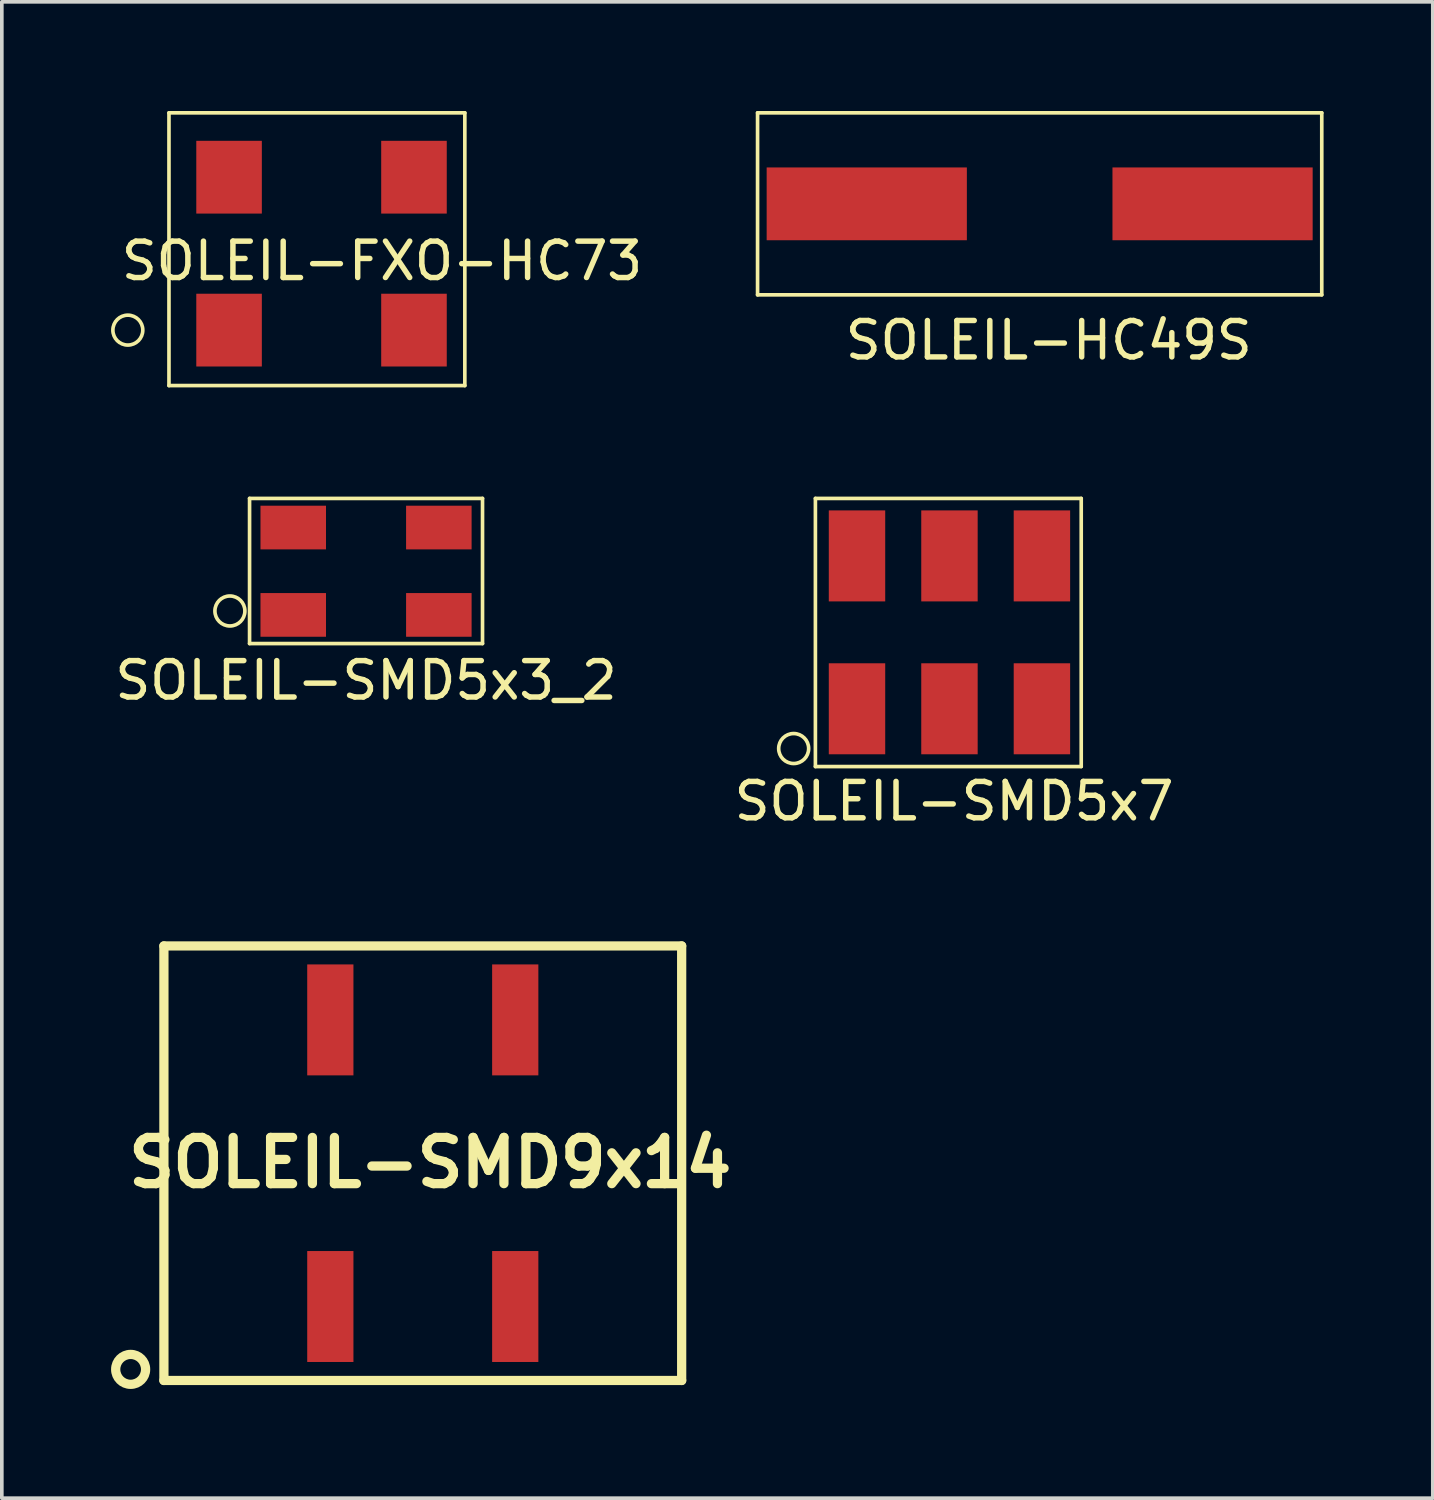
<source format=kicad_pcb>
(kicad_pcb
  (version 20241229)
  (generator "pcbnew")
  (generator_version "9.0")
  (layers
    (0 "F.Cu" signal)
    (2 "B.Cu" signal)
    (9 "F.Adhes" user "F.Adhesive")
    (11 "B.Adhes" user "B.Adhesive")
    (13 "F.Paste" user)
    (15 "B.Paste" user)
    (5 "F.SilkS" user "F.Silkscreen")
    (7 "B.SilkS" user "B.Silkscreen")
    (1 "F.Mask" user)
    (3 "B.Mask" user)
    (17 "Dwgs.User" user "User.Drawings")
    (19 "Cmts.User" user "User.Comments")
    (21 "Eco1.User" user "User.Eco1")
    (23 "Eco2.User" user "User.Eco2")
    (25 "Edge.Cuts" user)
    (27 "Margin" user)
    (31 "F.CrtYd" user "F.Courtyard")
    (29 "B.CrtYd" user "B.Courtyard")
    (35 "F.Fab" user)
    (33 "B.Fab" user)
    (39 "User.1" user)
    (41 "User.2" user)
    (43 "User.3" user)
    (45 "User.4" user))
  (footprint "SOLEIL-SMD5x7"
    (layer "F.Cu")
    (at 20.494 16.422)
    (property "Reference" "SOLEIL-SMD5x7" (at 2.667 2.54 0) (layer "F.SilkS") (effects (font (size 1 1) (thickness 0.15))))
    (attr through_hole)
    (fp_line (start -1.143 -5.779) (end 6.16 -5.779) (stroke (width 0.1) (type solid)) (layer "F.SilkS"))
    (fp_line (start -1.143 1.587) (end -1.143 -5.779) (stroke (width 0.1) (type solid)) (layer "F.SilkS"))
    (fp_line (start -1.143 1.587) (end 6.16 1.587) (stroke (width 0.1) (type solid)) (layer "F.SilkS"))
    (fp_line (start 6.16 1.587) (end 6.16 -5.779) (stroke (width 0.1) (type solid)) (layer "F.SilkS"))
    (fp_circle (center -1.74 1.092) (end -1.341 1.194) (stroke (width 0.1) (type solid)) (fill no) (layer "F.SilkS"))
    (pad "1" smd rect (at 0 0) (size 1.55 2.5) (layers "F.Cu" "F.Mask" "F.Paste"))
    (pad "2" smd rect (at 2.54 0) (size 1.55 2.5) (layers "F.Cu" "F.Mask" "F.Paste"))
    (pad "3" smd rect (at 5.08 0) (size 1.55 2.5) (layers "F.Cu" "F.Mask" "F.Paste"))
    (pad "4" smd rect (at 5.08 -4.2) (size 1.55 2.5) (layers "F.Cu" "F.Mask" "F.Paste"))
    (pad "5" smd rect (at 2.54 -4.2) (size 1.55 2.5) (layers "F.Cu" "F.Mask" "F.Paste"))
    (pad "6" smd rect (at 0 -4.2) (size 1.55 2.5) (layers "F.Cu" "F.Mask" "F.Paste")))
  (footprint "SOLEIL-SMD9x14"
    (layer "F.Cu")
    (at 6.025 32.843)
    (property "Reference" "SOLEIL-SMD9x14" (at 2.743 -3.95 0) (layer "F.SilkS") (effects (font (size 1.27 1.27) (thickness 0.254))))
    (attr through_hole)
    (fp_line (start -4.572 -9.906) (end 9.652 -9.906) (stroke (width 0.254) (type solid)) (layer "F.SilkS"))
    (fp_line (start -4.572 2.032) (end -4.572 -9.906) (stroke (width 0.254) (type solid)) (layer "F.SilkS"))
    (fp_line (start -4.572 2.032) (end 9.652 2.032) (stroke (width 0.254) (type solid)) (layer "F.SilkS"))
    (fp_line (start 9.652 -9.906) (end 9.652 2.032) (stroke (width 0.254) (type solid)) (layer "F.SilkS"))
    (fp_circle (center -5.486 1.727) (end -5.088 1.829) (stroke (width 0.254) (type solid)) (fill no) (layer "F.SilkS"))
    (pad "1" smd rect (at 0 0) (size 1.27 3.048) (layers "F.Cu" "F.Mask" "F.Paste"))
    (pad "2" smd rect (at 5.08 0) (size 1.27 3.048) (layers "F.Cu" "F.Mask" "F.Paste"))
    (pad "3" smd rect (at 5.08 -7.874) (size 1.27 3.048) (layers "F.Cu" "F.Mask" "F.Paste"))
    (pad "4" smd rect (at 0 -7.874) (size 1.27 3.048) (layers "F.Cu" "F.Mask" "F.Paste")))
  (footprint "SOLEIL-HC49S"
    (layer "F.Cu")
    (at 20.762 2.55)
    (property "Reference" "SOLEIL-HC49S" (at 5 3.75 0) (layer "F.SilkS") (effects (font (size 1 1) (thickness 0.15))))
    (attr through_hole)
    (fp_line (start -3 -2.5) (end 12.5 -2.5) (stroke (width 0.1) (type solid)) (layer "F.SilkS"))
    (fp_line (start -3 2.5) (end -3 -2.5) (stroke (width 0.1) (type solid)) (layer "F.SilkS"))
    (fp_line (start -3 2.5) (end 12.5 2.5) (stroke (width 0.1) (type solid)) (layer "F.SilkS"))
    (fp_line (start 12.5 2.5) (end 12.5 -2.5) (stroke (width 0.1) (type solid)) (layer "F.SilkS"))
    (pad "1" smd rect (at 0 0) (size 5.5 2) (layers "F.Cu" "F.Mask" "F.Paste"))
    (pad "2" smd rect (at 9.5 0) (size 5.5 2) (layers "F.Cu" "F.Mask" "F.Paste")))
  (footprint "SOLEIL-SMD5x3_2"
    (layer "F.Cu")
    (at 5.006 13.843)
    (property "Reference" "SOLEIL-SMD5x3_2" (at 2 1.8 0) (layer "F.SilkS") (effects (font (size 1 1) (thickness 0.15))))
    (attr through_hole)
    (fp_line (start -1.2 -3.2) (end 5.2 -3.2) (stroke (width 0.1) (type solid)) (layer "F.SilkS"))
    (fp_line (start -1.2 0.787) (end -1.2 -3.2) (stroke (width 0.1) (type solid)) (layer "F.SilkS"))
    (fp_line (start -1.2 0.787) (end 5.2 0.787) (stroke (width 0.1) (type solid)) (layer "F.SilkS"))
    (fp_line (start 5.2 0.787) (end 5.2 -3.2) (stroke (width 0.1) (type solid)) (layer "F.SilkS"))
    (fp_circle (center -1.74 -0.108) (end -1.341 -0.006) (stroke (width 0.1) (type solid)) (fill no) (layer "F.SilkS"))
    (pad "1" smd rect (at 0 0) (size 1.8 1.2) (layers "F.Cu" "F.Mask" "F.Paste"))
    (pad "2" smd rect (at 4 0) (size 1.8 1.2) (layers "F.Cu" "F.Mask" "F.Paste"))
    (pad "3" smd rect (at 4 -2.4) (size 1.8 1.2) (layers "F.Cu" "F.Mask" "F.Paste"))
    (pad "4" smd rect (at 0 -2.4) (size 1.8 1.2) (layers "F.Cu" "F.Mask" "F.Paste")))
  (footprint "SOLEIL-FXO-HC73"
    (layer "F.Cu")
    (at 3.243 6.019)
    (property "Reference" "SOLEIL-FXO-HC73" (at 4.201 -1.9 0) (layer "F.SilkS") (effects (font (size 1 1) (thickness 0.15))))
    (attr through_hole)
    (fp_line (start -1.651 -5.969) (end 6.477 -5.969) (stroke (width 0.1) (type solid)) (layer "F.SilkS"))
    (fp_line (start -1.651 1.524) (end -1.651 -5.969) (stroke (width 0.1) (type solid)) (layer "F.SilkS"))
    (fp_line (start 6.477 -5.969) (end 6.477 1.524) (stroke (width 0.1) (type solid)) (layer "F.SilkS"))
    (fp_line (start 6.477 1.524) (end -1.651 1.524) (stroke (width 0.1) (type solid)) (layer "F.SilkS"))
    (fp_circle (center -2.781 0) (end -2.383 0.102) (stroke (width 0.1) (type solid)) (fill no) (layer "F.SilkS"))
    (pad "1" smd rect (at 0 0) (size 1.801 1.999) (layers "F.Cu" "F.Mask" "F.Paste"))
    (pad "2" smd rect (at 5.08 0) (size 1.801 1.999) (layers "F.Cu" "F.Mask" "F.Paste"))
    (pad "3" smd rect (at 5.08 -4.201) (size 1.801 1.999) (layers "F.Cu" "F.Mask" "F.Paste"))
    (pad "4" smd rect (at 0 -4.201) (size 1.801 1.999) (layers "F.Cu" "F.Mask" "F.Paste")))
  (gr_rect
    (start -3 -3)
    (end 36.312 38.108)
    (stroke (width 0.1) (type default))
    (fill no)
    (layer "Edge.Cuts")))
</source>
